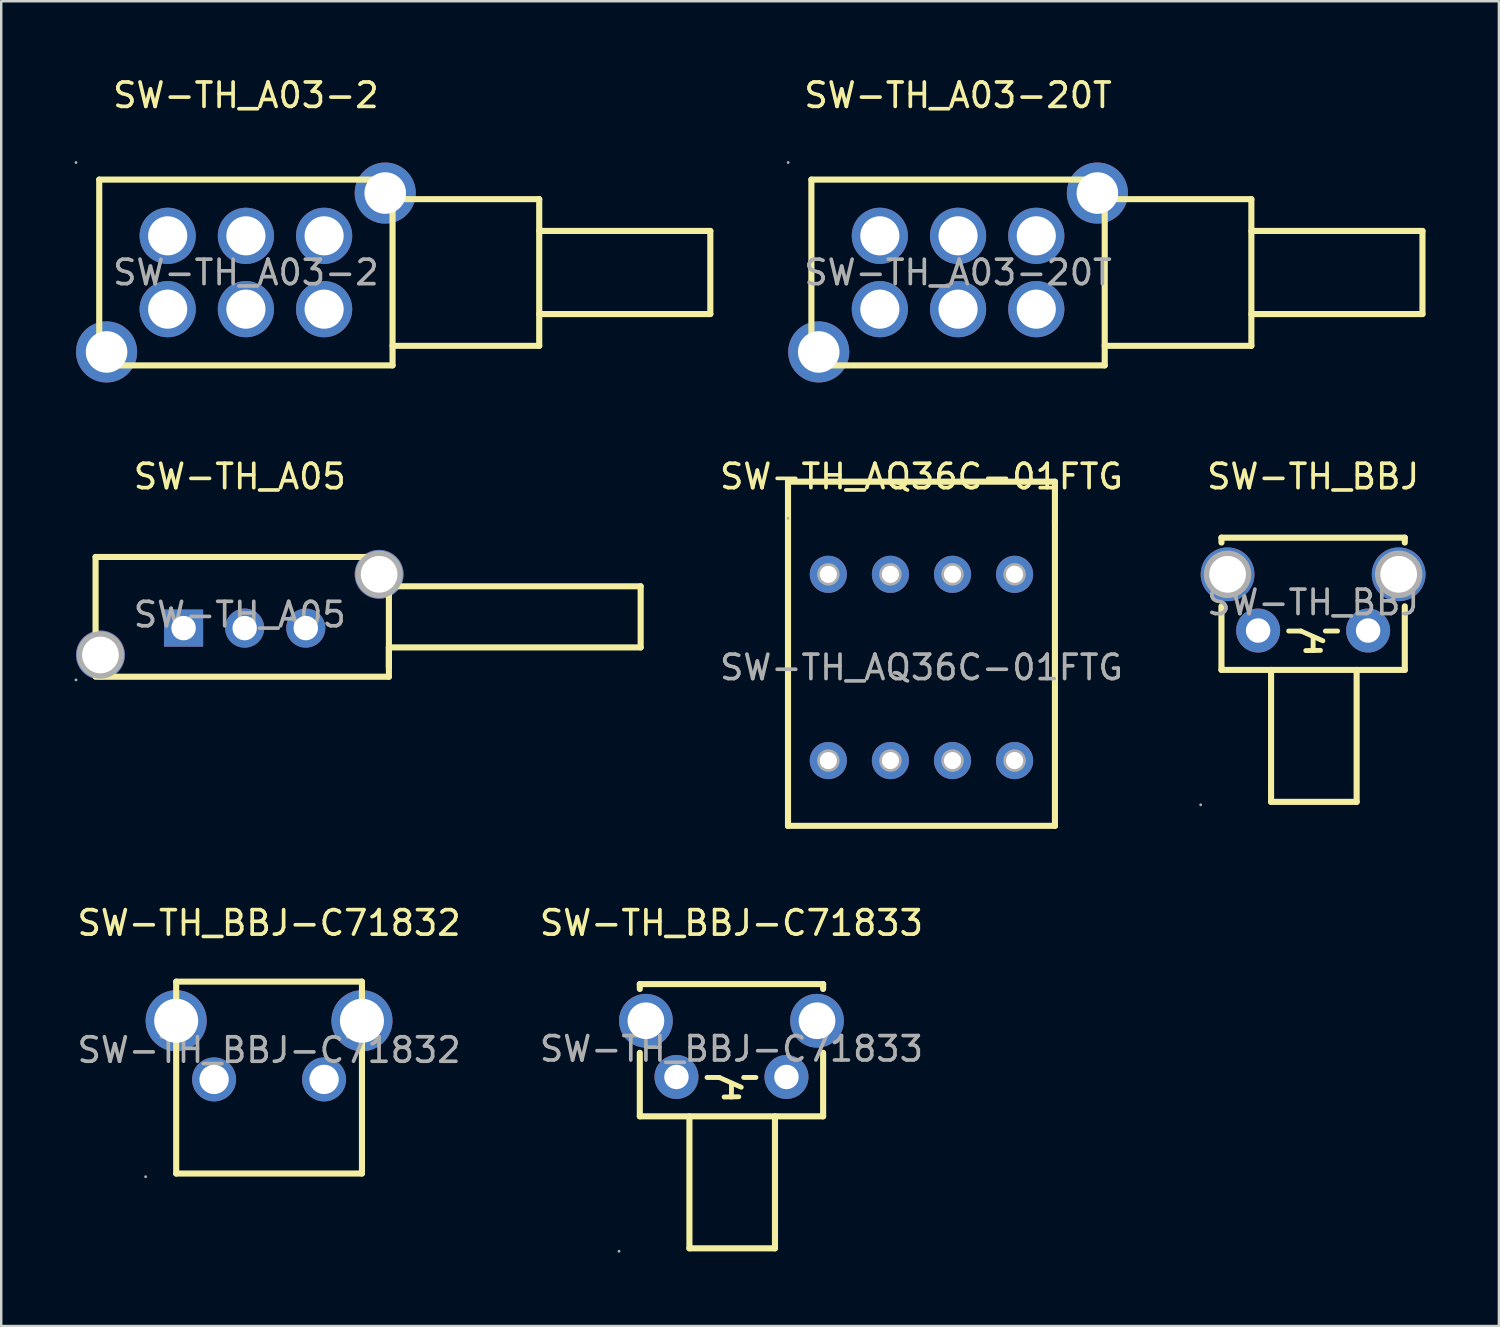
<source format=kicad_pcb>
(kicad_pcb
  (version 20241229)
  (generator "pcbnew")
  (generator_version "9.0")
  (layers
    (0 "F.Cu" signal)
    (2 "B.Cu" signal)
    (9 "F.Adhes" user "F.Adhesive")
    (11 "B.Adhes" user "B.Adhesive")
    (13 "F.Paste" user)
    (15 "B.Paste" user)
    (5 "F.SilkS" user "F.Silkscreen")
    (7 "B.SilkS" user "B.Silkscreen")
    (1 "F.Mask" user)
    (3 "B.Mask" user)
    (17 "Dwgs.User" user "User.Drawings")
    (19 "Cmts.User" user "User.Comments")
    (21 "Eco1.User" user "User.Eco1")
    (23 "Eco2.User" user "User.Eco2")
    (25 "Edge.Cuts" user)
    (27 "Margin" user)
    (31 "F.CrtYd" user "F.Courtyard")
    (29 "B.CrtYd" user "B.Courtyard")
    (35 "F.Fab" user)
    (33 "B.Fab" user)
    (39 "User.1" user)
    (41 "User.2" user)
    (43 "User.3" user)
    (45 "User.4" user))
  (footprint "SW-TH_A03-20T"
    (layer "F.Cu")
    (at 36.145 8.098)
    (property "Reference" "SW-TH_A03-20T" (at 0 -7.25 0) (layer "F.SilkS") (effects (font (size 1 1) (thickness 0.15))))
    (attr through_hole)
    (fp_line (start -6 -3.8) (end 6 -3.8) (stroke (width 0.25) (type solid)) (layer "F.SilkS"))
    (fp_line (start -6 3.8) (end -6 -3.8) (stroke (width 0.25) (type solid)) (layer "F.SilkS"))
    (fp_line (start 6 -3) (end 12 -3) (stroke (width 0.25) (type solid)) (layer "F.SilkS"))
    (fp_line (start 6 3) (end 12 3) (stroke (width 0.25) (type solid)) (layer "F.SilkS"))
    (fp_line (start 6 3.8) (end -6 3.8) (stroke (width 0.25) (type solid)) (layer "F.SilkS"))
    (fp_line (start 6 3.8) (end 6 -3.8) (stroke (width 0.25) (type solid)) (layer "F.SilkS"))
    (fp_line (start 12 -3) (end 12 3) (stroke (width 0.25) (type solid)) (layer "F.SilkS"))
    (fp_line (start 12 -1.7) (end 19 -1.7) (stroke (width 0.25) (type solid)) (layer "F.SilkS"))
    (fp_line (start 19 -1.7) (end 19 1.7) (stroke (width 0.25) (type solid)) (layer "F.SilkS"))
    (fp_line (start 19 1.7) (end 12 1.7) (stroke (width 0.25) (type solid)) (layer "F.SilkS"))
    (fp_circle (center -6.95 -4.5) (end -6.92 -4.5) (stroke (width 0.06) (type solid)) (fill no) (layer "F.Fab"))
    (fp_circle (center -5.7 3.25) (end -5.32 3.25) (stroke (width 0.75) (type solid)) (fill no) (layer "F.Fab"))
    (fp_circle (center -3.2 -1.5) (end -2.85 -1.5) (stroke (width 0.7) (type solid)) (fill no) (layer "F.Fab"))
    (fp_circle (center -3.2 1.5) (end -2.85 1.5) (stroke (width 0.7) (type solid)) (fill no) (layer "F.Fab"))
    (fp_circle (center 0 -1.5) (end 0.35 -1.5) (stroke (width 0.7) (type solid)) (fill no) (layer "F.Fab"))
    (fp_circle (center 0 1.5) (end 0.35 1.5) (stroke (width 0.7) (type solid)) (fill no) (layer "F.Fab"))
    (fp_circle (center 3.2 -1.5) (end 3.55 -1.5) (stroke (width 0.7) (type solid)) (fill no) (layer "F.Fab"))
    (fp_circle (center 3.2 1.5) (end 3.55 1.5) (stroke (width 0.7) (type solid)) (fill no) (layer "F.Fab"))
    (fp_circle (center 5.7 -3.25) (end 6.08 -3.25) (stroke (width 0.75) (type solid)) (fill no) (layer "F.Fab"))
    (fp_text user "${REFERENCE}" (at 0 0 0) (layer "F.Fab") (effects (font (size 1 1) (thickness 0.15))))
    (pad "1" thru_hole circle (at -3.2 -1.5) (size 2.3 2.3) (drill 1.6) (layers "*.Cu" "*.Paste" "*.Mask"))
    (pad "2" thru_hole circle (at 0 -1.5) (size 2.3 2.3) (drill 1.6) (layers "*.Cu" "*.Paste" "*.Mask"))
    (pad "3" thru_hole circle (at 3.2 -1.5) (size 2.3 2.3) (drill 1.6) (layers "*.Cu" "*.Paste" "*.Mask"))
    (pad "4" thru_hole circle (at 3.2 1.5) (size 2.3 2.3) (drill 1.6) (layers "*.Cu" "*.Paste" "*.Mask"))
    (pad "5" thru_hole circle (at 0 1.5) (size 2.3 2.3) (drill 1.6) (layers "*.Cu" "*.Paste" "*.Mask"))
    (pad "6" thru_hole circle (at -3.2 1.5) (size 2.3 2.3) (drill 1.6) (layers "*.Cu" "*.Paste" "*.Mask"))
    (pad "7" thru_hole circle (at -5.7 3.25) (size 2.5 2.5) (drill 1.7) (layers "*.Cu" "*.Paste" "*.Mask"))
    (pad "8" thru_hole circle (at 5.7 -3.25) (size 2.5 2.5) (drill 1.7) (layers "*.Cu" "*.Paste" "*.Mask")))
  (footprint "SW-TH_A05"
    (layer "F.Cu")
    (at 6.76 22.096)
    (property "Reference" "SW-TH_A05" (at 0 -5.65 0) (layer "F.SilkS") (effects (font (size 1 1) (thickness 0.15))))
    (attr through_hole)
    (fp_line (start -5.9 -2.36) (end 6 -2.36) (stroke (width 0.25) (type solid)) (layer "F.SilkS"))
    (fp_line (start -5.9 2.54) (end -5.9 -2.36) (stroke (width 0.25) (type solid)) (layer "F.SilkS"))
    (fp_line (start 6.1 -1.16) (end 16.4 -1.16) (stroke (width 0.25) (type solid)) (layer "F.SilkS"))
    (fp_line (start 6.1 1.34) (end 6.1 2.14) (stroke (width 0.25) (type solid)) (layer "F.SilkS"))
    (fp_line (start 6.1 2.14) (end 6.1 2.14) (stroke (width 0.25) (type solid)) (layer "F.SilkS"))
    (fp_line (start 6.1 2.54) (end -5.8 2.54) (stroke (width 0.25) (type solid)) (layer "F.SilkS"))
    (fp_line (start 6.1 2.54) (end 6.1 -2.26) (stroke (width 0.25) (type solid)) (layer "F.SilkS"))
    (fp_line (start 16.4 -1.16) (end 16.4 1.34) (stroke (width 0.25) (type solid)) (layer "F.SilkS"))
    (fp_line (start 16.4 1.34) (end 6.1 1.34) (stroke (width 0.25) (type solid)) (layer "F.SilkS"))
    (fp_circle (center -6.7 2.67) (end -6.67 2.67) (stroke (width 0.06) (type solid)) (fill no) (layer "F.Fab"))
    (fp_circle (center -5.7 1.65) (end -5.38 1.65) (stroke (width 0.65) (type solid)) (fill no) (layer "F.Fab"))
    (fp_circle (center -2.3 0.55) (end -2.1 0.55) (stroke (width 0.4) (type solid)) (fill no) (layer "F.Fab"))
    (fp_circle (center 0.2 0.55) (end 0.4 0.55) (stroke (width 0.4) (type solid)) (fill no) (layer "F.Fab"))
    (fp_circle (center 2.7 0.55) (end 2.9 0.55) (stroke (width 0.4) (type solid)) (fill no) (layer "F.Fab"))
    (fp_circle (center 5.7 -1.65) (end 6.02 -1.65) (stroke (width 0.65) (type solid)) (fill no) (layer "F.Fab"))
    (fp_text user "${REFERENCE}" (at 0 0 0) (layer "F.Fab") (effects (font (size 1 1) (thickness 0.15))))
    (pad "1" thru_hole rect (at -2.3 0.55) (size 1.6 1.52) (drill 1) (layers "*.Cu" "*.Paste" "*.Mask"))
    (pad "2" thru_hole circle (at 0.2 0.55) (size 1.6 1.6) (drill 1) (layers "*.Cu" "*.Paste" "*.Mask"))
    (pad "3" thru_hole circle (at 2.7 0.55) (size 1.6 1.6) (drill 1) (layers "*.Cu" "*.Paste" "*.Mask"))
    (pad "7" thru_hole circle (at -5.7 1.65) (size 2 2) (drill 1.5) (layers "*.Cu" "*.Paste" "*.Mask"))
    (pad "8" thru_hole circle (at 5.7 -1.65) (size 2 2) (drill 1.5) (layers "*.Cu" "*.Paste" "*.Mask")))
  (footprint "SW-TH_A03-2"
    (layer "F.Cu")
    (at 7.01 8.098)
    (property "Reference" "SW-TH_A03-2" (at 0 -7.25 0) (layer "F.SilkS") (effects (font (size 1 1) (thickness 0.15))))
    (attr through_hole)
    (fp_line (start -6 -3.8) (end 6 -3.8) (stroke (width 0.25) (type solid)) (layer "F.SilkS"))
    (fp_line (start -6 3.8) (end -6 -3.8) (stroke (width 0.25) (type solid)) (layer "F.SilkS"))
    (fp_line (start 6 -3) (end 12 -3) (stroke (width 0.25) (type solid)) (layer "F.SilkS"))
    (fp_line (start 6 3) (end 12 3) (stroke (width 0.25) (type solid)) (layer "F.SilkS"))
    (fp_line (start 6 3.8) (end -6 3.8) (stroke (width 0.25) (type solid)) (layer "F.SilkS"))
    (fp_line (start 6 3.8) (end 6 -3.8) (stroke (width 0.25) (type solid)) (layer "F.SilkS"))
    (fp_line (start 12 -3) (end 12 3) (stroke (width 0.25) (type solid)) (layer "F.SilkS"))
    (fp_line (start 12 -1.7) (end 19 -1.7) (stroke (width 0.25) (type solid)) (layer "F.SilkS"))
    (fp_line (start 19 -1.7) (end 19 1.7) (stroke (width 0.25) (type solid)) (layer "F.SilkS"))
    (fp_line (start 19 1.7) (end 12 1.7) (stroke (width 0.25) (type solid)) (layer "F.SilkS"))
    (fp_circle (center -6.95 -4.5) (end -6.92 -4.5) (stroke (width 0.06) (type solid)) (fill no) (layer "F.Fab"))
    (fp_circle (center -5.7 3.25) (end -5.32 3.25) (stroke (width 0.75) (type solid)) (fill no) (layer "F.Fab"))
    (fp_circle (center -3.2 -1.5) (end -2.85 -1.5) (stroke (width 0.7) (type solid)) (fill no) (layer "F.Fab"))
    (fp_circle (center -3.2 1.5) (end -2.85 1.5) (stroke (width 0.7) (type solid)) (fill no) (layer "F.Fab"))
    (fp_circle (center 0 -1.5) (end 0.35 -1.5) (stroke (width 0.7) (type solid)) (fill no) (layer "F.Fab"))
    (fp_circle (center 0 1.5) (end 0.35 1.5) (stroke (width 0.7) (type solid)) (fill no) (layer "F.Fab"))
    (fp_circle (center 3.2 -1.5) (end 3.55 -1.5) (stroke (width 0.7) (type solid)) (fill no) (layer "F.Fab"))
    (fp_circle (center 3.2 1.5) (end 3.55 1.5) (stroke (width 0.7) (type solid)) (fill no) (layer "F.Fab"))
    (fp_circle (center 5.7 -3.25) (end 6.08 -3.25) (stroke (width 0.75) (type solid)) (fill no) (layer "F.Fab"))
    (fp_text user "${REFERENCE}" (at 0 0 0) (layer "F.Fab") (effects (font (size 1 1) (thickness 0.15))))
    (pad "1" thru_hole circle (at -3.2 -1.5) (size 2.3 2.3) (drill 1.6) (layers "*.Cu" "*.Paste" "*.Mask"))
    (pad "2" thru_hole circle (at 0 -1.5) (size 2.3 2.3) (drill 1.6) (layers "*.Cu" "*.Paste" "*.Mask"))
    (pad "3" thru_hole circle (at 3.2 -1.5) (size 2.3 2.3) (drill 1.6) (layers "*.Cu" "*.Paste" "*.Mask"))
    (pad "4" thru_hole circle (at 3.2 1.5) (size 2.3 2.3) (drill 1.6) (layers "*.Cu" "*.Paste" "*.Mask"))
    (pad "5" thru_hole circle (at 0 1.5) (size 2.3 2.3) (drill 1.6) (layers "*.Cu" "*.Paste" "*.Mask"))
    (pad "6" thru_hole circle (at -3.2 1.5) (size 2.3 2.3) (drill 1.6) (layers "*.Cu" "*.Paste" "*.Mask"))
    (pad "7" thru_hole circle (at -5.7 3.25) (size 2.5 2.5) (drill 1.7) (layers "*.Cu" "*.Paste" "*.Mask"))
    (pad "8" thru_hole circle (at 5.7 -3.25) (size 2.5 2.5) (drill 1.7) (layers "*.Cu" "*.Paste" "*.Mask")))
  (footprint "SW-TH_AQ36C-01FTG"
    (layer "F.Cu")
    (at 34.648 24.256)
    (property "Reference" "SW-TH_AQ36C-01FTG" (at 0 -7.81 0) (layer "F.SilkS") (effects (font (size 1 1) (thickness 0.15))))
    (attr through_hole)
    (fp_line (start -5.46 -7.6) (end 5.46 -7.6) (stroke (width 0.25) (type solid)) (layer "F.SilkS"))
    (fp_line (start -5.46 -6.1) (end -5.46 -7.6) (stroke (width 0.25) (type solid)) (layer "F.SilkS"))
    (fp_line (start -5.46 6.48) (end -5.46 -6.1) (stroke (width 0.25) (type solid)) (layer "F.SilkS"))
    (fp_line (start -5.46 6.48) (end 5.46 6.48) (stroke (width 0.25) (type solid)) (layer "F.SilkS"))
    (fp_line (start 5.46 -7.6) (end 5.46 -5.97) (stroke (width 0.25) (type solid)) (layer "F.SilkS"))
    (fp_line (start 5.46 6.48) (end 5.46 -5.97) (stroke (width 0.25) (type solid)) (layer "F.SilkS"))
    (fp_circle (center -5.46 -6.1) (end -5.43 -6.1) (stroke (width 0.06) (type solid)) (fill no) (layer "F.Fab"))
    (fp_circle (center -3.81 -3.81) (end -3.58 -3.81) (stroke (width 0.46) (type solid)) (fill no) (layer "F.Fab"))
    (fp_circle (center -3.81 3.81) (end -3.58 3.81) (stroke (width 0.46) (type solid)) (fill no) (layer "F.Fab"))
    (fp_circle (center -1.27 -3.81) (end -1.04 -3.81) (stroke (width 0.46) (type solid)) (fill no) (layer "F.Fab"))
    (fp_circle (center -1.27 3.81) (end -1.04 3.81) (stroke (width 0.46) (type solid)) (fill no) (layer "F.Fab"))
    (fp_circle (center 1.27 -3.81) (end 1.5 -3.81) (stroke (width 0.46) (type solid)) (fill no) (layer "F.Fab"))
    (fp_circle (center 1.27 3.81) (end 1.5 3.81) (stroke (width 0.46) (type solid)) (fill no) (layer "F.Fab"))
    (fp_circle (center 3.81 -3.81) (end 4.04 -3.81) (stroke (width 0.46) (type solid)) (fill no) (layer "F.Fab"))
    (fp_circle (center 3.81 3.81) (end 4.04 3.81) (stroke (width 0.46) (type solid)) (fill no) (layer "F.Fab"))
    (fp_text user "${REFERENCE}" (at 0 0 0) (layer "F.Fab") (effects (font (size 1 1) (thickness 0.15))))
    (pad "1" thru_hole circle (at -3.81 -3.81) (size 1.52 1.52) (drill 0.7) (layers "*.Cu" "*.Paste" "*.Mask"))
    (pad "2" thru_hole circle (at -1.27 -3.81) (size 1.52 1.52) (drill 0.7) (layers "*.Cu" "*.Paste" "*.Mask"))
    (pad "3" thru_hole circle (at 1.27 -3.81) (size 1.52 1.52) (drill 0.7) (layers "*.Cu" "*.Paste" "*.Mask"))
    (pad "4" thru_hole circle (at 3.81 -3.81) (size 1.52 1.52) (drill 0.7) (layers "*.Cu" "*.Paste" "*.Mask"))
    (pad "5" thru_hole circle (at -3.81 3.81) (size 1.52 1.52) (drill 0.7) (layers "*.Cu" "*.Paste" "*.Mask"))
    (pad "6" thru_hole circle (at -1.27 3.81) (size 1.52 1.52) (drill 0.7) (layers "*.Cu" "*.Paste" "*.Mask"))
    (pad "7" thru_hole circle (at 1.27 3.81) (size 1.52 1.52) (drill 0.7) (layers "*.Cu" "*.Paste" "*.Mask"))
    (pad "8" thru_hole circle (at 3.81 3.81) (size 1.52 1.52) (drill 0.7) (layers "*.Cu" "*.Paste" "*.Mask")))
  (footprint "SW-TH_BBJ-C71833"
    (layer "F.Cu")
    (at 26.875 39.86)
    (property "Reference" "SW-TH_BBJ-C71833" (at 0 -5.15 0) (layer "F.SilkS") (effects (font (size 1 1) (thickness 0.15))))
    (attr through_hole)
    (fp_line (start -3.75 -2.65) (end -3.75 -2.45) (stroke (width 0.25) (type solid)) (layer "F.SilkS"))
    (fp_line (start -3.75 -2.65) (end 3.75 -2.65) (stroke (width 0.25) (type solid)) (layer "F.SilkS"))
    (fp_line (start -3.75 0.16) (end -3.75 2.76) (stroke (width 0.25) (type solid)) (layer "F.SilkS"))
    (fp_line (start -3.75 2.76) (end 3.75 2.76) (stroke (width 0.25) (type solid)) (layer "F.SilkS"))
    (fp_line (start -1.72 8.16) (end -1.72 2.76) (stroke (width 0.25) (type solid)) (layer "F.SilkS"))
    (fp_line (start -1.72 8.16) (end 1.78 8.16) (stroke (width 0.25) (type solid)) (layer "F.SilkS"))
    (fp_line (start -1 1.17) (end -0.5 1.17) (stroke (width 0.2) (type solid)) (layer "F.SilkS"))
    (fp_line (start -0.5 1.17) (end 0.4 1.57) (stroke (width 0.2) (type solid)) (layer "F.SilkS"))
    (fp_line (start -0.3 1.97) (end 0.3 1.96) (stroke (width 0.2) (type solid)) (layer "F.SilkS"))
    (fp_line (start 0 1.97) (end 0 1.47) (stroke (width 0.2) (type solid)) (layer "F.SilkS"))
    (fp_line (start 0.5 1.17) (end 1 1.17) (stroke (width 0.2) (type solid)) (layer "F.SilkS"))
    (fp_line (start 1.78 8.16) (end 1.78 2.76) (stroke (width 0.25) (type solid)) (layer "F.SilkS"))
    (fp_line (start 3.75 -2.65) (end 3.75 -2.45) (stroke (width 0.25) (type solid)) (layer "F.SilkS"))
    (fp_line (start 3.75 0.16) (end 3.75 2.76) (stroke (width 0.25) (type solid)) (layer "F.SilkS"))
    (fp_circle (center -4.6 8.28) (end -4.57 8.28) (stroke (width 0.06) (type solid)) (fill no) (layer "F.Fab"))
    (fp_circle (center -3.5 -1.15) (end -3.17 -1.15) (stroke (width 0.65) (type solid)) (fill no) (layer "F.Fab"))
    (fp_circle (center -2.25 1.15) (end -2.05 1.15) (stroke (width 0.4) (type solid)) (fill no) (layer "F.Fab"))
    (fp_circle (center 2.25 1.15) (end 2.45 1.15) (stroke (width 0.4) (type solid)) (fill no) (layer "F.Fab"))
    (fp_circle (center 3.5 -1.15) (end 3.83 -1.15) (stroke (width 0.65) (type solid)) (fill no) (layer "F.Fab"))
    (fp_text user "${REFERENCE}" (at 0 0 0) (layer "F.Fab") (effects (font (size 1 1) (thickness 0.15))))
    (pad "1" thru_hole circle (at -2.25 1.15 180) (size 1.8 1.8) (drill 1) (layers "*.Cu" "*.Paste" "*.Mask"))
    (pad "2" thru_hole circle (at 2.25 1.15 180) (size 1.8 1.8) (drill 1) (layers "*.Cu" "*.Paste" "*.Mask"))
    (pad "3" thru_hole circle (at -3.5 -1.15 180) (size 2.2 2.2) (drill 1.5) (layers "*.Cu" "*.Paste" "*.Mask"))
    (pad "4" thru_hole circle (at 3.5 -1.15 180) (size 2.2 2.2) (drill 1.5) (layers "*.Cu" "*.Paste" "*.Mask")))
  (footprint "SW-TH_BBJ-C71832"
    (layer "F.Cu")
    (at 7.958 39.91)
    (property "Reference" "SW-TH_BBJ-C71832" (at 0 -5.2 0) (layer "F.SilkS") (effects (font (size 1 1) (thickness 0.15))))
    (attr through_hole)
    (fp_line (start -3.8 -2.8) (end 3.8 -2.8) (stroke (width 0.25) (type solid)) (layer "F.SilkS"))
    (fp_line (start -3.8 5.05) (end -3.8 -2.8) (stroke (width 0.25) (type solid)) (layer "F.SilkS"))
    (fp_line (start 3.8 -2.8) (end 3.8 5.05) (stroke (width 0.25) (type solid)) (layer "F.SilkS"))
    (fp_line (start 3.8 5.05) (end -3.8 5.05) (stroke (width 0.25) (type solid)) (layer "F.SilkS"))
    (fp_circle (center -5.05 5.18) (end -5.02 5.18) (stroke (width 0.06) (type solid)) (fill no) (layer "F.Fab"))
    (fp_circle (center -3.8 -1.2) (end -3.4 -1.2) (stroke (width 0.8) (type solid)) (fill no) (layer "F.Fab"))
    (fp_circle (center -2.25 1.2) (end -2 1.2) (stroke (width 0.5) (type solid)) (fill no) (layer "F.Fab"))
    (fp_circle (center 2.25 1.2) (end 2.5 1.2) (stroke (width 0.5) (type solid)) (fill no) (layer "F.Fab"))
    (fp_circle (center 3.8 -1.2) (end 4.2 -1.2) (stroke (width 0.8) (type solid)) (fill no) (layer "F.Fab"))
    (fp_text user "${REFERENCE}" (at 0 0 0) (layer "F.Fab") (effects (font (size 1 1) (thickness 0.15))))
    (pad "1" thru_hole circle (at -2.25 1.2) (size 1.8 1.8) (drill 1.2) (layers "*.Cu" "*.Paste" "*.Mask"))
    (pad "2" thru_hole circle (at 2.25 1.2) (size 1.8 1.8) (drill 1.2) (layers "*.Cu" "*.Paste" "*.Mask"))
    (pad "3" thru_hole circle (at 3.8 -1.2) (size 2.5 2.5) (drill 1.8) (layers "*.Cu" "*.Paste" "*.Mask"))
    (pad "4" thru_hole circle (at -3.8 -1.2) (size 2.5 2.5) (drill 1.8) (layers "*.Cu" "*.Paste" "*.Mask")))
  (footprint "SW-TH_BBJ"
    (layer "F.Cu")
    (at 50.671 21.596)
    (property "Reference" "SW-TH_BBJ" (at 0 -5.15 0) (layer "F.SilkS") (effects (font (size 1 1) (thickness 0.15))))
    (attr through_hole)
    (fp_line (start -3.75 -2.65) (end -3.75 -2.45) (stroke (width 0.25) (type solid)) (layer "F.SilkS"))
    (fp_line (start -3.75 -2.65) (end 3.75 -2.65) (stroke (width 0.25) (type solid)) (layer "F.SilkS"))
    (fp_line (start -3.75 0.16) (end -3.75 2.76) (stroke (width 0.25) (type solid)) (layer "F.SilkS"))
    (fp_line (start -3.75 2.76) (end 3.75 2.76) (stroke (width 0.25) (type solid)) (layer "F.SilkS"))
    (fp_line (start -1.72 8.16) (end -1.72 2.76) (stroke (width 0.25) (type solid)) (layer "F.SilkS"))
    (fp_line (start -1.72 8.16) (end 1.78 8.16) (stroke (width 0.25) (type solid)) (layer "F.SilkS"))
    (fp_line (start -1 1.17) (end -0.5 1.17) (stroke (width 0.2) (type solid)) (layer "F.SilkS"))
    (fp_line (start -0.5 1.17) (end 0.4 1.57) (stroke (width 0.2) (type solid)) (layer "F.SilkS"))
    (fp_line (start -0.3 1.97) (end 0.3 1.96) (stroke (width 0.2) (type solid)) (layer "F.SilkS"))
    (fp_line (start 0 1.97) (end 0 1.47) (stroke (width 0.2) (type solid)) (layer "F.SilkS"))
    (fp_line (start 0.5 1.17) (end 1 1.17) (stroke (width 0.2) (type solid)) (layer "F.SilkS"))
    (fp_line (start 1.78 8.16) (end 1.78 2.76) (stroke (width 0.25) (type solid)) (layer "F.SilkS"))
    (fp_line (start 3.75 -2.65) (end 3.75 -2.45) (stroke (width 0.25) (type solid)) (layer "F.SilkS"))
    (fp_line (start 3.75 0.16) (end 3.75 2.76) (stroke (width 0.25) (type solid)) (layer "F.SilkS"))
    (fp_circle (center -4.6 8.28) (end -4.57 8.28) (stroke (width 0.06) (type solid)) (fill no) (layer "F.Fab"))
    (fp_circle (center -3.5 -1.15) (end -3.18 -1.15) (stroke (width 0.65) (type solid)) (fill no) (layer "F.Fab"))
    (fp_circle (center -2.25 1.15) (end -2.05 1.15) (stroke (width 0.4) (type solid)) (fill no) (layer "F.Fab"))
    (fp_circle (center 2.25 1.15) (end 2.45 1.15) (stroke (width 0.4) (type solid)) (fill no) (layer "F.Fab"))
    (fp_circle (center 3.5 -1.15) (end 3.82 -1.15) (stroke (width 0.65) (type solid)) (fill no) (layer "F.Fab"))
    (fp_text user "${REFERENCE}" (at 0 0 0) (layer "F.Fab") (effects (font (size 1 1) (thickness 0.15))))
    (pad "1" thru_hole circle (at -2.25 1.15 180) (size 1.8 1.8) (drill 1) (layers "*.Cu" "*.Paste" "*.Mask"))
    (pad "2" thru_hole circle (at 2.25 1.15 180) (size 1.8 1.8) (drill 1) (layers "*.Cu" "*.Paste" "*.Mask"))
    (pad "3" thru_hole circle (at -3.5 -1.15 180) (size 2.2 2.2) (drill 1.5) (layers "*.Cu" "*.Paste" "*.Mask"))
    (pad "4" thru_hole circle (at 3.5 -1.15 180) (size 2.2 2.2) (drill 1.5) (layers "*.Cu" "*.Paste" "*.Mask")))
  (gr_rect
    (start -3 -3)
    (end 58.271 51.2)
    (stroke (width 0.1) (type default))
    (fill no)
    (layer "Edge.Cuts")))
</source>
